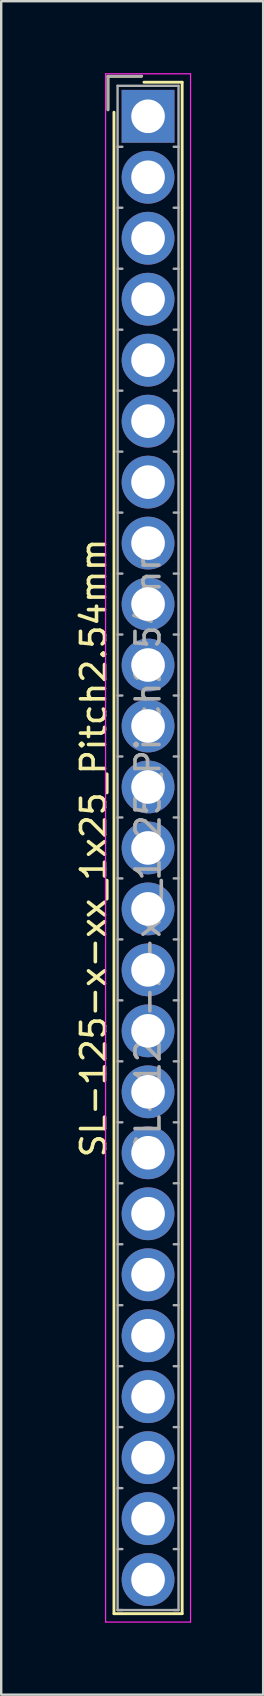
<source format=kicad_pcb>
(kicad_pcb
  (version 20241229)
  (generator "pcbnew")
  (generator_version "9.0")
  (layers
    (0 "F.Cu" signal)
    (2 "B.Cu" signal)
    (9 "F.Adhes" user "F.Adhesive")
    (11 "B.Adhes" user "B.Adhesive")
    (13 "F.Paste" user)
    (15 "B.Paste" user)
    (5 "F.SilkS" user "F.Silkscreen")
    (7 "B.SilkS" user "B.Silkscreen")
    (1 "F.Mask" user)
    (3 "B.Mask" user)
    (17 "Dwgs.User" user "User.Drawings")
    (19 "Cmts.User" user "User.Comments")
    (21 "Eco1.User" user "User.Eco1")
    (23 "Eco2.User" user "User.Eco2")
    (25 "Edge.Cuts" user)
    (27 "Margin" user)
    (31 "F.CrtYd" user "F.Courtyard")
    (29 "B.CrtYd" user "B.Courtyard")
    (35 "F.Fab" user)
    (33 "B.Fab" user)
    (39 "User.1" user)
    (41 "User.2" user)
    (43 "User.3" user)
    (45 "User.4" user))
  (footprint "SL-125-x-xx_1x25_Pitch2.54mm"
    (layer "F.Cu")
    (at 3.118 1.795)
    (property "Reference" "SL-125-x-xx_1x25_Pitch2.54mm" (at -2.27 30.48 90) (layer "F.SilkS") (effects (font (size 1 1) (thickness 0.15))))
    (attr through_hole)
    (fp_line (start -1.67 -1.67) (end -1.67 -0.27) (stroke (width 0.12) (type solid)) (layer "F.SilkS"))
    (fp_line (start -1.42 62.38) (end -1.42 -0.17) (stroke (width 0.12) (type solid)) (layer "F.SilkS"))
    (fp_line (start -0.27 -1.67) (end -1.67 -1.67) (stroke (width 0.12) (type solid)) (layer "F.SilkS"))
    (fp_line (start -0.17 -1.42) (end 1.42 -1.42) (stroke (width 0.12) (type solid)) (layer "F.SilkS"))
    (fp_line (start 1.42 -1.42) (end 1.42 62.38) (stroke (width 0.12) (type solid)) (layer "F.SilkS"))
    (fp_line (start 1.42 62.38) (end -1.42 62.38) (stroke (width 0.12) (type solid)) (layer "F.SilkS"))
    (fp_line (start -1.77 -1.77) (end -1.77 62.73) (stroke (width 0.05) (type solid)) (layer "F.CrtYd"))
    (fp_line (start -1.77 62.73) (end 1.77 62.73) (stroke (width 0.05) (type solid)) (layer "F.CrtYd"))
    (fp_line (start 1.77 -1.77) (end -1.77 -1.77) (stroke (width 0.05) (type solid)) (layer "F.CrtYd"))
    (fp_line (start 1.77 62.73) (end 1.77 -1.77) (stroke (width 0.05) (type solid)) (layer "F.CrtYd"))
    (fp_line (start -1.67 -1.67) (end -1.67 -0.27) (stroke (width 0.1) (type solid)) (layer "F.Fab"))
    (fp_line (start -1.27 -1.27) (end -1.27 62.23) (stroke (width 0.1) (type solid)) (layer "F.Fab"))
    (fp_line (start -1.27 1.27) (end -1.07 1.27) (stroke (width 0.1) (type solid)) (layer "F.Fab"))
    (fp_line (start -1.27 3.81) (end -1.07 3.81) (stroke (width 0.1) (type solid)) (layer "F.Fab"))
    (fp_line (start -1.27 6.35) (end -1.07 6.35) (stroke (width 0.1) (type solid)) (layer "F.Fab"))
    (fp_line (start -1.27 8.89) (end -1.07 8.89) (stroke (width 0.1) (type solid)) (layer "F.Fab"))
    (fp_line (start -1.27 11.43) (end -1.07 11.43) (stroke (width 0.1) (type solid)) (layer "F.Fab"))
    (fp_line (start -1.27 13.97) (end -1.07 13.97) (stroke (width 0.1) (type solid)) (layer "F.Fab"))
    (fp_line (start -1.27 16.51) (end -1.07 16.51) (stroke (width 0.1) (type solid)) (layer "F.Fab"))
    (fp_line (start -1.27 19.05) (end -1.07 19.05) (stroke (width 0.1) (type solid)) (layer "F.Fab"))
    (fp_line (start -1.27 21.59) (end -1.07 21.59) (stroke (width 0.1) (type solid)) (layer "F.Fab"))
    (fp_line (start -1.27 24.13) (end -1.07 24.13) (stroke (width 0.1) (type solid)) (layer "F.Fab"))
    (fp_line (start -1.27 26.67) (end -1.07 26.67) (stroke (width 0.1) (type solid)) (layer "F.Fab"))
    (fp_line (start -1.27 29.21) (end -1.07 29.21) (stroke (width 0.1) (type solid)) (layer "F.Fab"))
    (fp_line (start -1.27 31.75) (end -1.07 31.75) (stroke (width 0.1) (type solid)) (layer "F.Fab"))
    (fp_line (start -1.27 34.29) (end -1.07 34.29) (stroke (width 0.1) (type solid)) (layer "F.Fab"))
    (fp_line (start -1.27 36.83) (end -1.07 36.83) (stroke (width 0.1) (type solid)) (layer "F.Fab"))
    (fp_line (start -1.27 39.37) (end -1.07 39.37) (stroke (width 0.1) (type solid)) (layer "F.Fab"))
    (fp_line (start -1.27 41.91) (end -1.07 41.91) (stroke (width 0.1) (type solid)) (layer "F.Fab"))
    (fp_line (start -1.27 44.45) (end -1.07 44.45) (stroke (width 0.1) (type solid)) (layer "F.Fab"))
    (fp_line (start -1.27 46.99) (end -1.07 46.99) (stroke (width 0.1) (type solid)) (layer "F.Fab"))
    (fp_line (start -1.27 49.53) (end -1.07 49.53) (stroke (width 0.1) (type solid)) (layer "F.Fab"))
    (fp_line (start -1.27 52.07) (end -1.07 52.07) (stroke (width 0.1) (type solid)) (layer "F.Fab"))
    (fp_line (start -1.27 54.61) (end -1.07 54.61) (stroke (width 0.1) (type solid)) (layer "F.Fab"))
    (fp_line (start -1.27 57.15) (end -1.07 57.15) (stroke (width 0.1) (type solid)) (layer "F.Fab"))
    (fp_line (start -1.27 59.69) (end -1.07 59.69) (stroke (width 0.1) (type solid)) (layer "F.Fab"))
    (fp_line (start -1.27 62.23) (end -1.07 62.23) (stroke (width 0.1) (type solid)) (layer "F.Fab"))
    (fp_line (start -1.27 62.23) (end 1.27 62.23) (stroke (width 0.1) (type solid)) (layer "F.Fab"))
    (fp_line (start -0.27 -1.67) (end -1.67 -1.67) (stroke (width 0.1) (type solid)) (layer "F.Fab"))
    (fp_line (start 1.27 -1.27) (end -1.27 -1.27) (stroke (width 0.1) (type solid)) (layer "F.Fab"))
    (fp_line (start 1.27 1.27) (end 1.07 1.27) (stroke (width 0.1) (type solid)) (layer "F.Fab"))
    (fp_line (start 1.27 3.81) (end 1.07 3.81) (stroke (width 0.1) (type solid)) (layer "F.Fab"))
    (fp_line (start 1.27 6.35) (end 1.07 6.35) (stroke (width 0.1) (type solid)) (layer "F.Fab"))
    (fp_line (start 1.27 8.89) (end 1.07 8.89) (stroke (width 0.1) (type solid)) (layer "F.Fab"))
    (fp_line (start 1.27 11.43) (end 1.07 11.43) (stroke (width 0.1) (type solid)) (layer "F.Fab"))
    (fp_line (start 1.27 13.97) (end 1.07 13.97) (stroke (width 0.1) (type solid)) (layer "F.Fab"))
    (fp_line (start 1.27 16.51) (end 1.07 16.51) (stroke (width 0.1) (type solid)) (layer "F.Fab"))
    (fp_line (start 1.27 19.05) (end 1.07 19.05) (stroke (width 0.1) (type solid)) (layer "F.Fab"))
    (fp_line (start 1.27 21.59) (end 1.07 21.59) (stroke (width 0.1) (type solid)) (layer "F.Fab"))
    (fp_line (start 1.27 24.13) (end 1.07 24.13) (stroke (width 0.1) (type solid)) (layer "F.Fab"))
    (fp_line (start 1.27 26.67) (end 1.07 26.67) (stroke (width 0.1) (type solid)) (layer "F.Fab"))
    (fp_line (start 1.27 29.21) (end 1.07 29.21) (stroke (width 0.1) (type solid)) (layer "F.Fab"))
    (fp_line (start 1.27 31.75) (end 1.07 31.75) (stroke (width 0.1) (type solid)) (layer "F.Fab"))
    (fp_line (start 1.27 34.29) (end 1.07 34.29) (stroke (width 0.1) (type solid)) (layer "F.Fab"))
    (fp_line (start 1.27 36.83) (end 1.07 36.83) (stroke (width 0.1) (type solid)) (layer "F.Fab"))
    (fp_line (start 1.27 39.37) (end 1.07 39.37) (stroke (width 0.1) (type solid)) (layer "F.Fab"))
    (fp_line (start 1.27 41.91) (end 1.07 41.91) (stroke (width 0.1) (type solid)) (layer "F.Fab"))
    (fp_line (start 1.27 44.45) (end 1.07 44.45) (stroke (width 0.1) (type solid)) (layer "F.Fab"))
    (fp_line (start 1.27 46.99) (end 1.07 46.99) (stroke (width 0.1) (type solid)) (layer "F.Fab"))
    (fp_line (start 1.27 49.53) (end 1.07 49.53) (stroke (width 0.1) (type solid)) (layer "F.Fab"))
    (fp_line (start 1.27 52.07) (end 1.07 52.07) (stroke (width 0.1) (type solid)) (layer "F.Fab"))
    (fp_line (start 1.27 54.61) (end 1.07 54.61) (stroke (width 0.1) (type solid)) (layer "F.Fab"))
    (fp_line (start 1.27 57.15) (end 1.07 57.15) (stroke (width 0.1) (type solid)) (layer "F.Fab"))
    (fp_line (start 1.27 59.69) (end 1.07 59.69) (stroke (width 0.1) (type solid)) (layer "F.Fab"))
    (fp_line (start 1.27 62.23) (end 1.07 62.23) (stroke (width 0.1) (type solid)) (layer "F.Fab"))
    (fp_line (start 1.27 62.23) (end 1.27 -1.27) (stroke (width 0.1) (type solid)) (layer "F.Fab"))
    (fp_text user "${REFERENCE}" (at 0 30.48 90) (layer "F.Fab") (effects (font (size 1 1) (thickness 0.15))))
    (pad "1" thru_hole rect (at 0 0) (size 2.2 2.2) (drill 1.4) (layers "*.Cu" "*.Mask"))
    (pad "2" thru_hole circle (at 0 2.54) (size 2.2 2.2) (drill 1.4) (layers "*.Cu" "*.Mask"))
    (pad "3" thru_hole circle (at 0 5.08) (size 2.2 2.2) (drill 1.4) (layers "*.Cu" "*.Mask"))
    (pad "4" thru_hole circle (at 0 7.62) (size 2.2 2.2) (drill 1.4) (layers "*.Cu" "*.Mask"))
    (pad "5" thru_hole circle (at 0 10.16) (size 2.2 2.2) (drill 1.4) (layers "*.Cu" "*.Mask"))
    (pad "6" thru_hole circle (at 0 12.7) (size 2.2 2.2) (drill 1.4) (layers "*.Cu" "*.Mask"))
    (pad "7" thru_hole circle (at 0 15.24) (size 2.2 2.2) (drill 1.4) (layers "*.Cu" "*.Mask"))
    (pad "8" thru_hole circle (at 0 17.78) (size 2.2 2.2) (drill 1.4) (layers "*.Cu" "*.Mask"))
    (pad "9" thru_hole circle (at 0 20.32) (size 2.2 2.2) (drill 1.4) (layers "*.Cu" "*.Mask"))
    (pad "10" thru_hole circle (at 0 22.86) (size 2.2 2.2) (drill 1.4) (layers "*.Cu" "*.Mask"))
    (pad "11" thru_hole circle (at 0 25.4) (size 2.2 2.2) (drill 1.4) (layers "*.Cu" "*.Mask"))
    (pad "12" thru_hole circle (at 0 27.94) (size 2.2 2.2) (drill 1.4) (layers "*.Cu" "*.Mask"))
    (pad "13" thru_hole circle (at 0 30.48) (size 2.2 2.2) (drill 1.4) (layers "*.Cu" "*.Mask"))
    (pad "14" thru_hole circle (at 0 33.02) (size 2.2 2.2) (drill 1.4) (layers "*.Cu" "*.Mask"))
    (pad "15" thru_hole circle (at 0 35.56) (size 2.2 2.2) (drill 1.4) (layers "*.Cu" "*.Mask"))
    (pad "16" thru_hole circle (at 0 38.1) (size 2.2 2.2) (drill 1.4) (layers "*.Cu" "*.Mask"))
    (pad "17" thru_hole circle (at 0 40.64) (size 2.2 2.2) (drill 1.4) (layers "*.Cu" "*.Mask"))
    (pad "18" thru_hole circle (at 0 43.18) (size 2.2 2.2) (drill 1.4) (layers "*.Cu" "*.Mask"))
    (pad "19" thru_hole circle (at 0 45.72) (size 2.2 2.2) (drill 1.4) (layers "*.Cu" "*.Mask"))
    (pad "20" thru_hole circle (at 0 48.26) (size 2.2 2.2) (drill 1.4) (layers "*.Cu" "*.Mask"))
    (pad "21" thru_hole circle (at 0 50.8) (size 2.2 2.2) (drill 1.4) (layers "*.Cu" "*.Mask"))
    (pad "22" thru_hole circle (at 0 53.34) (size 2.2 2.2) (drill 1.4) (layers "*.Cu" "*.Mask"))
    (pad "23" thru_hole circle (at 0 55.88) (size 2.2 2.2) (drill 1.4) (layers "*.Cu" "*.Mask"))
    (pad "24" thru_hole circle (at 0 58.42) (size 2.2 2.2) (drill 1.4) (layers "*.Cu" "*.Mask"))
    (pad "25" thru_hole circle (at 0 60.96) (size 2.2 2.2) (drill 1.4) (layers "*.Cu" "*.Mask")))
  (gr_rect
    (start -3 -3)
    (end 7.913 67.55)
    (stroke (width 0.1) (type default))
    (fill no)
    (layer "Edge.Cuts")))
</source>
